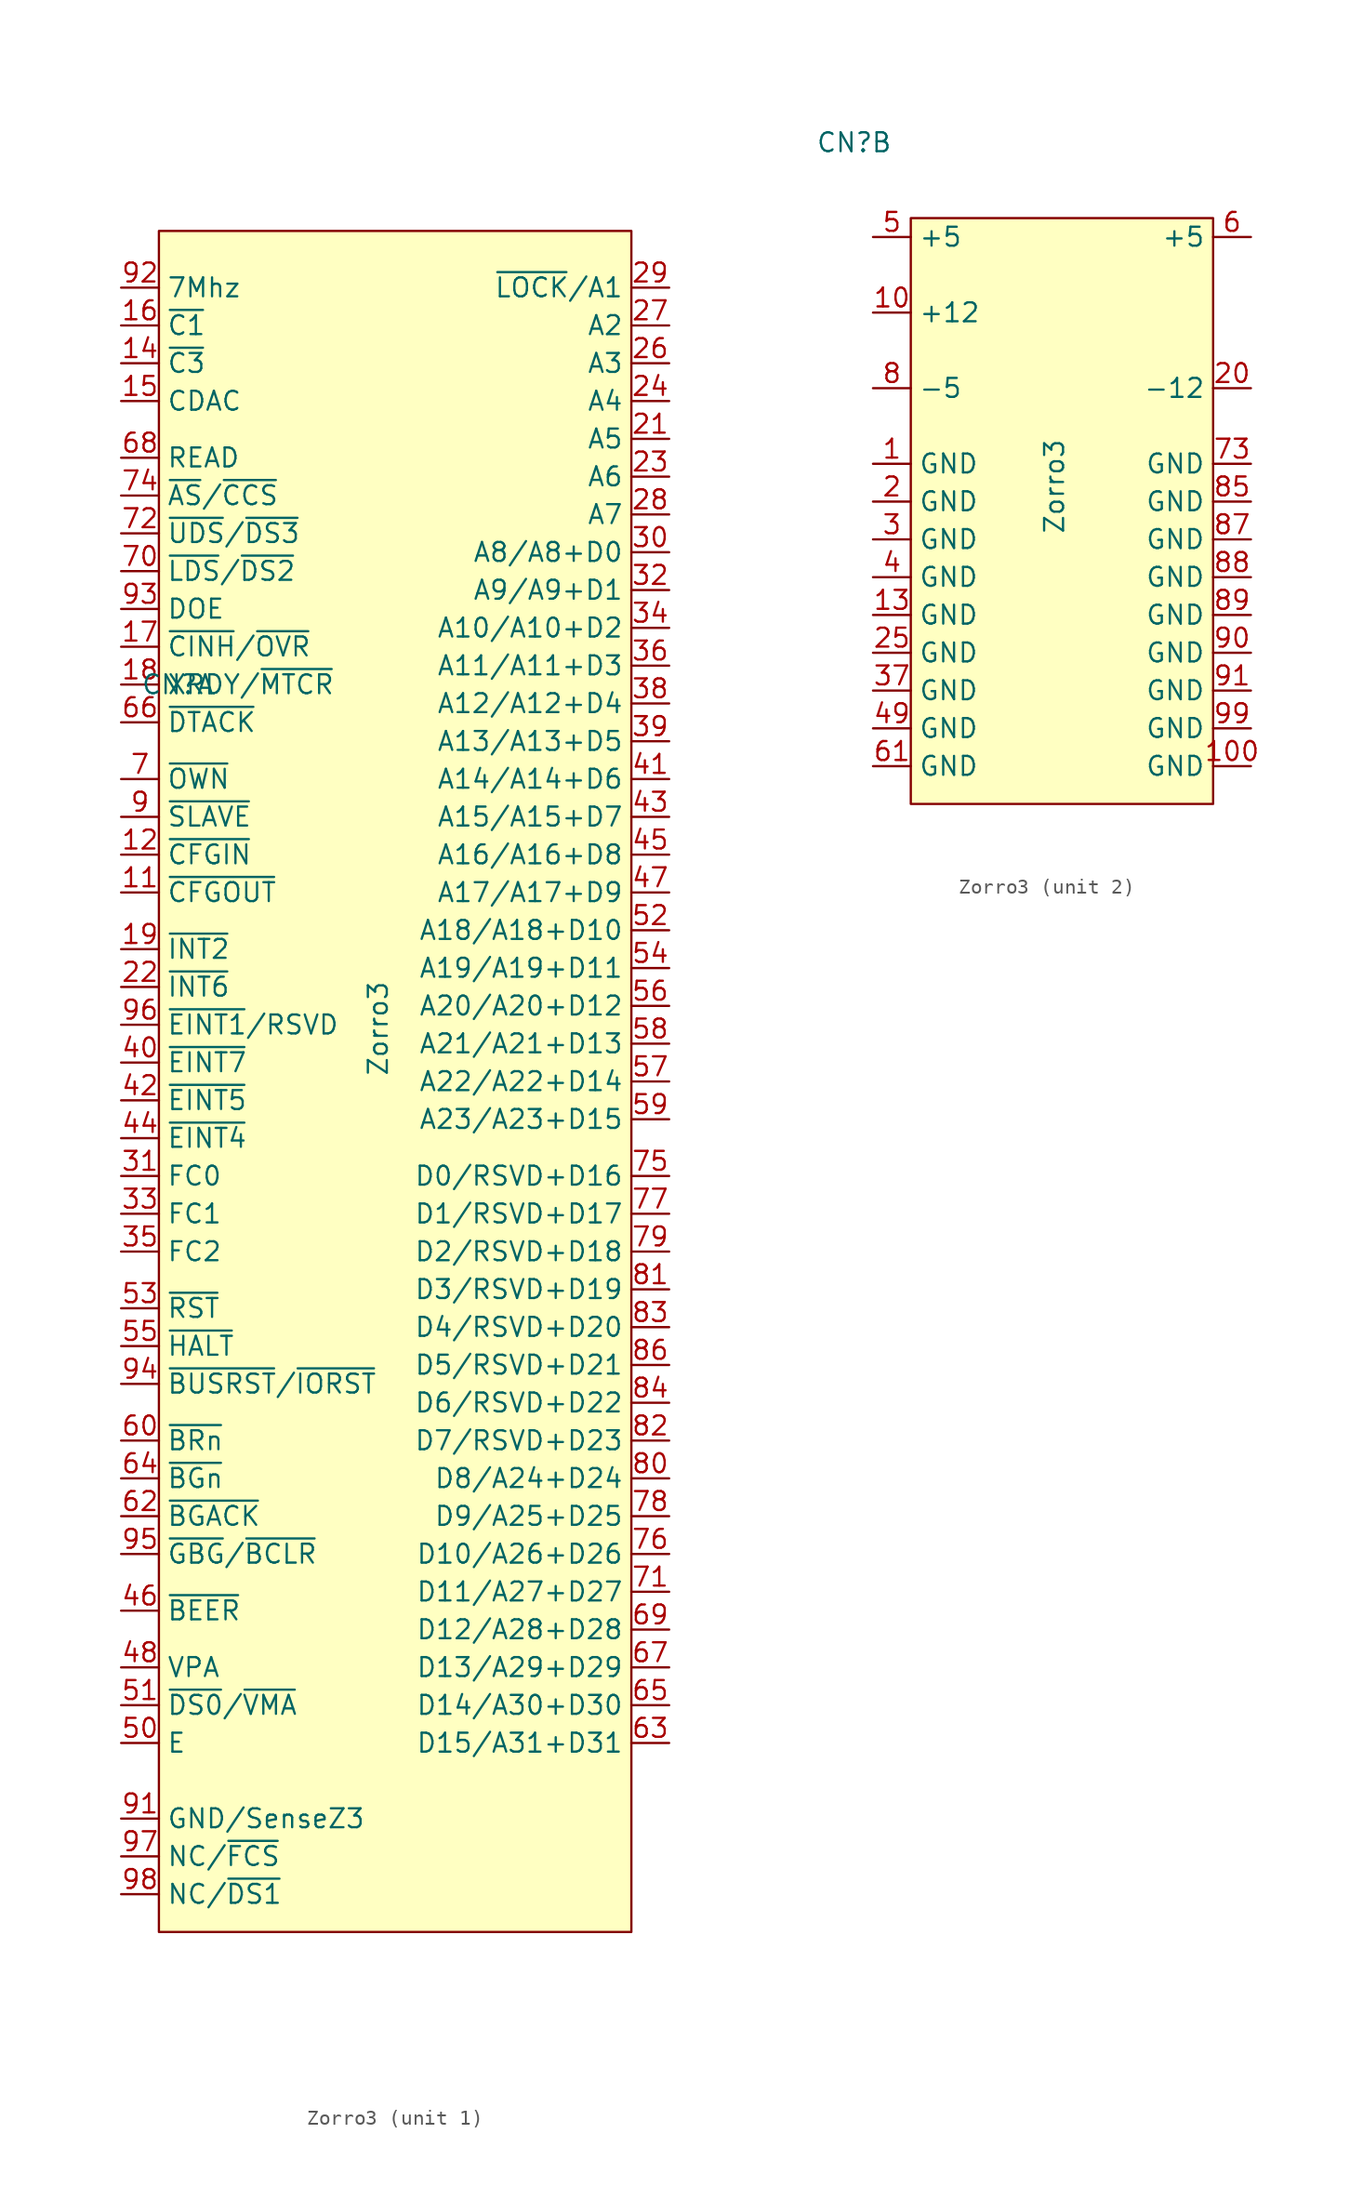
<source format=kicad_sym>
(kicad_symbol_lib
  (version 20241209)
  (generator "kicad_symbol_editor")
  (generator_version "9.0")
  (symbol "Zorro3"
    (property "Reference" "CN"
      (at -13.97 25.4 0)
      (effects (font (size 1.27 1.27))))
    (property "Value" "Zorro3"
      (at -0.508 2.286 90)
      (effects (font (size 1.27 1.27))))
    (property "ki_locked" ""
      (at 0 0 0)
      (effects (font (size 1.27 1.27))))
    (symbol "Zorro3_1_1"
      (rectangle (start -15.24 55.88) (end 16.51 -58.42) (stroke (width 0.152) (type default)) (fill (type background)))
      (pin output line (at -17.78 52.07 0) (length 2.54) (name "7Mhz" (effects (font (size 1.27 1.27)))) (number "92" (effects (font (size 1.27 1.27)))))
      (pin output line (at -17.78 49.53 0) (length 2.54) (name "~{C1}" (effects (font (size 1.27 1.27)))) (number "16" (effects (font (size 1.27 1.27)))))
      (pin output line (at -17.78 46.99 0) (length 2.54) (name "~{C3}" (effects (font (size 1.27 1.27)))) (number "14" (effects (font (size 1.27 1.27)))))
      (pin output line (at -17.78 44.45 0) (length 2.54) (name "CDAC" (effects (font (size 1.27 1.27)))) (number "15" (effects (font (size 1.27 1.27)))))
      (pin output line (at -17.78 40.64 0) (length 2.54) (name "READ" (effects (font (size 1.27 1.27)))) (number "68" (effects (font (size 1.27 1.27)))))
      (pin output line (at -17.78 38.1 0) (length 2.54) (name "~{AS}/~{CCS}" (effects (font (size 1.27 1.27)))) (number "74" (effects (font (size 1.27 1.27)))))
      (pin output line (at -17.78 35.56 0) (length 2.54) (name "~{UDS}/~{DS3}" (effects (font (size 1.27 1.27)))) (number "72" (effects (font (size 1.27 1.27)))))
      (pin output line (at -17.78 33.02 0) (length 2.54) (name "~{LDS}/~{DS2}" (effects (font (size 1.27 1.27)))) (number "70" (effects (font (size 1.27 1.27)))))
      (pin output line (at -17.78 30.48 0) (length 2.54) (name "DOE" (effects (font (size 1.27 1.27)))) (number "93" (effects (font (size 1.27 1.27)))))
      (pin input line (at -17.78 27.94 0) (length 2.54) (name "~{CINH}/~{OVR}" (effects (font (size 1.27 1.27)))) (number "17" (effects (font (size 1.27 1.27)))))
      (pin input line (at -17.78 25.4 0) (length 2.54) (name "XRDY/~{MTCR}" (effects (font (size 1.27 1.27)))) (number "18" (effects (font (size 1.27 1.27)))))
      (pin input line (at -17.78 22.86 0) (length 2.54) (name "~{DTACK}" (effects (font (size 1.27 1.27)))) (number "66" (effects (font (size 1.27 1.27)))))
      (pin input line (at -17.78 19.05 0) (length 2.54) (name "~{OWN}" (effects (font (size 1.27 1.27)))) (number "7" (effects (font (size 1.27 1.27)))))
      (pin input line (at -17.78 16.51 0) (length 2.54) (name "~{SLAVE}" (effects (font (size 1.27 1.27)))) (number "9" (effects (font (size 1.27 1.27)))))
      (pin output line (at -17.78 13.97 0) (length 2.54) (name "~{CFGIN}" (effects (font (size 1.27 1.27)))) (number "12" (effects (font (size 1.27 1.27)))))
      (pin input line (at -17.78 11.43 0) (length 2.54) (name "~{CFGOUT}" (effects (font (size 1.27 1.27)))) (number "11" (effects (font (size 1.27 1.27)))))
      (pin input line (at -17.78 7.62 0) (length 2.54) (name "~{INT2}" (effects (font (size 1.27 1.27)))) (number "19" (effects (font (size 1.27 1.27)))))
      (pin input line (at -17.78 5.08 0) (length 2.54) (name "~{INT6}" (effects (font (size 1.27 1.27)))) (number "22" (effects (font (size 1.27 1.27)))))
      (pin input line (at -17.78 2.54 0) (length 2.54) (name "~{EINT1}/RSVD" (effects (font (size 1.27 1.27)))) (number "96" (effects (font (size 1.27 1.27)))))
      (pin input line (at -17.78 0 0) (length 2.54) (name "~{EINT7}" (effects (font (size 1.27 1.27)))) (number "40" (effects (font (size 1.27 1.27)))))
      (pin input line (at -17.78 -2.54 0) (length 2.54) (name "~{EINT5}" (effects (font (size 1.27 1.27)))) (number "42" (effects (font (size 1.27 1.27)))))
      (pin input line (at -17.78 -5.08 0) (length 2.54) (name "~{EINT4}" (effects (font (size 1.27 1.27)))) (number "44" (effects (font (size 1.27 1.27)))))
      (pin output line (at -17.78 -7.62 0) (length 2.54) (name "FC0" (effects (font (size 1.27 1.27)))) (number "31" (effects (font (size 1.27 1.27)))))
      (pin output line (at -17.78 -10.16 0) (length 2.54) (name "FC1" (effects (font (size 1.27 1.27)))) (number "33" (effects (font (size 1.27 1.27)))))
      (pin output line (at -17.78 -12.7 0) (length 2.54) (name "FC2" (effects (font (size 1.27 1.27)))) (number "35" (effects (font (size 1.27 1.27)))))
      (pin output line (at -17.78 -16.51 0) (length 2.54) (name "~{RST}" (effects (font (size 1.27 1.27)))) (number "53" (effects (font (size 1.27 1.27)))))
      (pin output line (at -17.78 -19.05 0) (length 2.54) (name "~{HALT}" (effects (font (size 1.27 1.27)))) (number "55" (effects (font (size 1.27 1.27)))))
      (pin bidirectional line (at -17.78 -21.59 0) (length 2.54) (name "~{BUSRST}/~{IORST}" (effects (font (size 1.27 1.27)))) (number "94" (effects (font (size 1.27 1.27)))))
      (pin input line (at -17.78 -25.4 0) (length 2.54) (name "~{BRn}" (effects (font (size 1.27 1.27)))) (number "60" (effects (font (size 1.27 1.27)))))
      (pin output line (at -17.78 -27.94 0) (length 2.54) (name "~{BGn}" (effects (font (size 1.27 1.27)))) (number "64" (effects (font (size 1.27 1.27)))))
      (pin input line (at -17.78 -30.48 0) (length 2.54) (name "~{BGACK}" (effects (font (size 1.27 1.27)))) (number "62" (effects (font (size 1.27 1.27)))))
      (pin output line (at -17.78 -33.02 0) (length 2.54) (name "~{GBG}/~{BCLR}" (effects (font (size 1.27 1.27)))) (number "95" (effects (font (size 1.27 1.27)))))
      (pin output line (at -17.78 -36.83 0) (length 2.54) (name "~{BEER}" (effects (font (size 1.27 1.27)))) (number "46" (effects (font (size 1.27 1.27)))))
      (pin input line (at -17.78 -40.64 0) (length 2.54) (name "VPA" (effects (font (size 1.27 1.27)))) (number "48" (effects (font (size 1.27 1.27)))))
      (pin output line (at -17.78 -43.18 0) (length 2.54) (name "~{DS0}/~{VMA}" (effects (font (size 1.27 1.27)))) (number "51" (effects (font (size 1.27 1.27)))))
      (pin output line (at -17.78 -45.72 0) (length 2.54) (name "E" (effects (font (size 1.27 1.27)))) (number "50" (effects (font (size 1.27 1.27)))))
      (pin input line (at -17.78 -50.8 0) (length 2.54) (name "GND/SenseZ3" (effects (font (size 1.27 1.27)))) (number "91" (effects (font (size 1.27 1.27)))))
      (pin input line (at -17.78 -53.34 0) (length 2.54) (name "NC/~{FCS}" (effects (font (size 1.27 1.27)))) (number "97" (effects (font (size 1.27 1.27)))))
      (pin input line (at -17.78 -55.88 0) (length 2.54) (name "NC/~{DS1}" (effects (font (size 1.27 1.27)))) (number "98" (effects (font (size 1.27 1.27)))))
      (pin output line (at 19.05 52.07 180) (length 2.54) (name "~{LOCK}/A1" (effects (font (size 1.27 1.27)))) (number "29" (effects (font (size 1.27 1.27)))))
      (pin output line (at 19.05 49.53 180) (length 2.54) (name "A2" (effects (font (size 1.27 1.27)))) (number "27" (effects (font (size 1.27 1.27)))))
      (pin output line (at 19.05 46.99 180) (length 2.54) (name "A3" (effects (font (size 1.27 1.27)))) (number "26" (effects (font (size 1.27 1.27)))))
      (pin output line (at 19.05 44.45 180) (length 2.54) (name "A4" (effects (font (size 1.27 1.27)))) (number "24" (effects (font (size 1.27 1.27)))))
      (pin output line (at 19.05 41.91 180) (length 2.54) (name "A5" (effects (font (size 1.27 1.27)))) (number "21" (effects (font (size 1.27 1.27)))))
      (pin output line (at 19.05 39.37 180) (length 2.54) (name "A6" (effects (font (size 1.27 1.27)))) (number "23" (effects (font (size 1.27 1.27)))))
      (pin output line (at 19.05 36.83 180) (length 2.54) (name "A7" (effects (font (size 1.27 1.27)))) (number "28" (effects (font (size 1.27 1.27)))))
      (pin output line (at 19.05 34.29 180) (length 2.54) (name "A8/A8+D0" (effects (font (size 1.27 1.27)))) (number "30" (effects (font (size 1.27 1.27)))))
      (pin output line (at 19.05 31.75 180) (length 2.54) (name "A9/A9+D1" (effects (font (size 1.27 1.27)))) (number "32" (effects (font (size 1.27 1.27)))))
      (pin output line (at 19.05 29.21 180) (length 2.54) (name "A10/A10+D2" (effects (font (size 1.27 1.27)))) (number "34" (effects (font (size 1.27 1.27)))))
      (pin output line (at 19.05 26.67 180) (length 2.54) (name "A11/A11+D3" (effects (font (size 1.27 1.27)))) (number "36" (effects (font (size 1.27 1.27)))))
      (pin output line (at 19.05 24.13 180) (length 2.54) (name "A12/A12+D4" (effects (font (size 1.27 1.27)))) (number "38" (effects (font (size 1.27 1.27)))))
      (pin output line (at 19.05 21.59 180) (length 2.54) (name "A13/A13+D5" (effects (font (size 1.27 1.27)))) (number "39" (effects (font (size 1.27 1.27)))))
      (pin output line (at 19.05 19.05 180) (length 2.54) (name "A14/A14+D6" (effects (font (size 1.27 1.27)))) (number "41" (effects (font (size 1.27 1.27)))))
      (pin output line (at 19.05 16.51 180) (length 2.54) (name "A15/A15+D7" (effects (font (size 1.27 1.27)))) (number "43" (effects (font (size 1.27 1.27)))))
      (pin output line (at 19.05 13.97 180) (length 2.54) (name "A16/A16+D8" (effects (font (size 1.27 1.27)))) (number "45" (effects (font (size 1.27 1.27)))))
      (pin output line (at 19.05 11.43 180) (length 2.54) (name "A17/A17+D9" (effects (font (size 1.27 1.27)))) (number "47" (effects (font (size 1.27 1.27)))))
      (pin output line (at 19.05 8.89 180) (length 2.54) (name "A18/A18+D10" (effects (font (size 1.27 1.27)))) (number "52" (effects (font (size 1.27 1.27)))))
      (pin output line (at 19.05 6.35 180) (length 2.54) (name "A19/A19+D11" (effects (font (size 1.27 1.27)))) (number "54" (effects (font (size 1.27 1.27)))))
      (pin output line (at 19.05 3.81 180) (length 2.54) (name "A20/A20+D12" (effects (font (size 1.27 1.27)))) (number "56" (effects (font (size 1.27 1.27)))))
      (pin output line (at 19.05 1.27 180) (length 2.54) (name "A21/A21+D13" (effects (font (size 1.27 1.27)))) (number "58" (effects (font (size 1.27 1.27)))))
      (pin output line (at 19.05 -1.27 180) (length 2.54) (name "A22/A22+D14" (effects (font (size 1.27 1.27)))) (number "57" (effects (font (size 1.27 1.27)))))
      (pin output line (at 19.05 -3.81 180) (length 2.54) (name "A23/A23+D15" (effects (font (size 1.27 1.27)))) (number "59" (effects (font (size 1.27 1.27)))))
      (pin bidirectional line (at 19.05 -7.62 180) (length 2.54) (name "D0/RSVD+D16" (effects (font (size 1.27 1.27)))) (number "75" (effects (font (size 1.27 1.27)))))
      (pin bidirectional line (at 19.05 -10.16 180) (length 2.54) (name "D1/RSVD+D17" (effects (font (size 1.27 1.27)))) (number "77" (effects (font (size 1.27 1.27)))))
      (pin bidirectional line (at 19.05 -12.7 180) (length 2.54) (name "D2/RSVD+D18" (effects (font (size 1.27 1.27)))) (number "79" (effects (font (size 1.27 1.27)))))
      (pin bidirectional line (at 19.05 -15.24 180) (length 2.54) (name "D3/RSVD+D19" (effects (font (size 1.27 1.27)))) (number "81" (effects (font (size 1.27 1.27)))))
      (pin bidirectional line (at 19.05 -17.78 180) (length 2.54) (name "D4/RSVD+D20" (effects (font (size 1.27 1.27)))) (number "83" (effects (font (size 1.27 1.27)))))
      (pin bidirectional line (at 19.05 -20.32 180) (length 2.54) (name "D5/RSVD+D21" (effects (font (size 1.27 1.27)))) (number "86" (effects (font (size 1.27 1.27)))))
      (pin bidirectional line (at 19.05 -22.86 180) (length 2.54) (name "D6/RSVD+D22" (effects (font (size 1.27 1.27)))) (number "84" (effects (font (size 1.27 1.27)))))
      (pin bidirectional line (at 19.05 -25.4 180) (length 2.54) (name "D7/RSVD+D23" (effects (font (size 1.27 1.27)))) (number "82" (effects (font (size 1.27 1.27)))))
      (pin bidirectional line (at 19.05 -27.94 180) (length 2.54) (name "D8/A24+D24" (effects (font (size 1.27 1.27)))) (number "80" (effects (font (size 1.27 1.27)))))
      (pin bidirectional line (at 19.05 -30.48 180) (length 2.54) (name "D9/A25+D25" (effects (font (size 1.27 1.27)))) (number "78" (effects (font (size 1.27 1.27)))))
      (pin bidirectional line (at 19.05 -33.02 180) (length 2.54) (name "D10/A26+D26" (effects (font (size 1.27 1.27)))) (number "76" (effects (font (size 1.27 1.27)))))
      (pin bidirectional line (at 19.05 -35.56 180) (length 2.54) (name "D11/A27+D27" (effects (font (size 1.27 1.27)))) (number "71" (effects (font (size 1.27 1.27)))))
      (pin bidirectional line (at 19.05 -38.1 180) (length 2.54) (name "D12/A28+D28" (effects (font (size 1.27 1.27)))) (number "69" (effects (font (size 1.27 1.27)))))
      (pin bidirectional line (at 19.05 -40.64 180) (length 2.54) (name "D13/A29+D29" (effects (font (size 1.27 1.27)))) (number "67" (effects (font (size 1.27 1.27)))))
      (pin bidirectional line (at 19.05 -43.18 180) (length 2.54) (name "D14/A30+D30" (effects (font (size 1.27 1.27)))) (number "65" (effects (font (size 1.27 1.27)))))
      (pin bidirectional line (at 19.05 -45.72 180) (length 2.54) (name "D15/A31+D31" (effects (font (size 1.27 1.27)))) (number "63" (effects (font (size 1.27 1.27))))))
    (symbol "Zorro3_2_1"
      (rectangle (start -10.16 20.32) (end 10.16 -19.05) (stroke (width 0.152) (type default)) (fill (type background)))
      (pin power_out line (at -12.7 19.05 0) (length 2.54) (name "+5" (effects (font (size 1.27 1.27)))) (number "5" (effects (font (size 1.27 1.27)))))
      (pin power_out line (at -12.7 13.97 0) (length 2.54) (name "+12" (effects (font (size 1.27 1.27)))) (number "10" (effects (font (size 1.27 1.27)))))
      (pin power_out line (at -12.7 8.89 0) (length 2.54) (name "-5" (effects (font (size 1.27 1.27)))) (number "8" (effects (font (size 1.27 1.27)))))
      (pin power_out line (at -12.7 3.81 0) (length 2.54) (name "GND" (effects (font (size 1.27 1.27)))) (number "1" (effects (font (size 1.27 1.27)))))
      (pin power_out line (at -12.7 1.27 0) (length 2.54) (name "GND" (effects (font (size 1.27 1.27)))) (number "2" (effects (font (size 1.27 1.27)))))
      (pin power_out line (at -12.7 -1.27 0) (length 2.54) (name "GND" (effects (font (size 1.27 1.27)))) (number "3" (effects (font (size 1.27 1.27)))))
      (pin power_out line (at -12.7 -3.81 0) (length 2.54) (name "GND" (effects (font (size 1.27 1.27)))) (number "4" (effects (font (size 1.27 1.27)))))
      (pin power_out line (at -12.7 -6.35 0) (length 2.54) (name "GND" (effects (font (size 1.27 1.27)))) (number "13" (effects (font (size 1.27 1.27)))))
      (pin power_out line (at -12.7 -8.89 0) (length 2.54) (name "GND" (effects (font (size 1.27 1.27)))) (number "25" (effects (font (size 1.27 1.27)))))
      (pin power_out line (at -12.7 -11.43 0) (length 2.54) (name "GND" (effects (font (size 1.27 1.27)))) (number "37" (effects (font (size 1.27 1.27)))))
      (pin power_out line (at -12.7 -13.97 0) (length 2.54) (name "GND" (effects (font (size 1.27 1.27)))) (number "49" (effects (font (size 1.27 1.27)))))
      (pin power_out line (at -12.7 -16.51 0) (length 2.54) (name "GND" (effects (font (size 1.27 1.27)))) (number "61" (effects (font (size 1.27 1.27)))))
      (pin power_out line (at 12.7 19.05 180) (length 2.54) (name "+5" (effects (font (size 1.27 1.27)))) (number "6" (effects (font (size 1.27 1.27)))))
      (pin power_out line (at 12.7 8.89 180) (length 2.54) (name "-12" (effects (font (size 1.27 1.27)))) (number "20" (effects (font (size 1.27 1.27)))))
      (pin power_out line (at 12.7 3.81 180) (length 2.54) (name "GND" (effects (font (size 1.27 1.27)))) (number "73" (effects (font (size 1.27 1.27)))))
      (pin power_out line (at 12.7 1.27 180) (length 2.54) (name "GND" (effects (font (size 1.27 1.27)))) (number "85" (effects (font (size 1.27 1.27)))))
      (pin power_out line (at 12.7 -1.27 180) (length 2.54) (name "GND" (effects (font (size 1.27 1.27)))) (number "87" (effects (font (size 1.27 1.27)))))
      (pin power_out line (at 12.7 -3.81 180) (length 2.54) (name "GND" (effects (font (size 1.27 1.27)))) (number "88" (effects (font (size 1.27 1.27)))))
      (pin power_out line (at 12.7 -6.35 180) (length 2.54) (name "GND" (effects (font (size 1.27 1.27)))) (number "89" (effects (font (size 1.27 1.27)))))
      (pin power_out line (at 12.7 -8.89 180) (length 2.54) (name "GND" (effects (font (size 1.27 1.27)))) (number "90" (effects (font (size 1.27 1.27)))))
      (pin power_out line (at 12.7 -11.43 180) (length 2.54) (name "GND" (effects (font (size 1.27 1.27)))) (number "91" (effects (font (size 1.27 1.27)))))
      (pin power_out line (at 12.7 -13.97 180) (length 2.54) (name "GND" (effects (font (size 1.27 1.27)))) (number "99" (effects (font (size 1.27 1.27)))))
      (pin power_out line (at 12.7 -16.51 180) (length 2.54) (name "GND" (effects (font (size 1.27 1.27)))) (number "100" (effects (font (size 1.27 1.27))))))))
</source>
